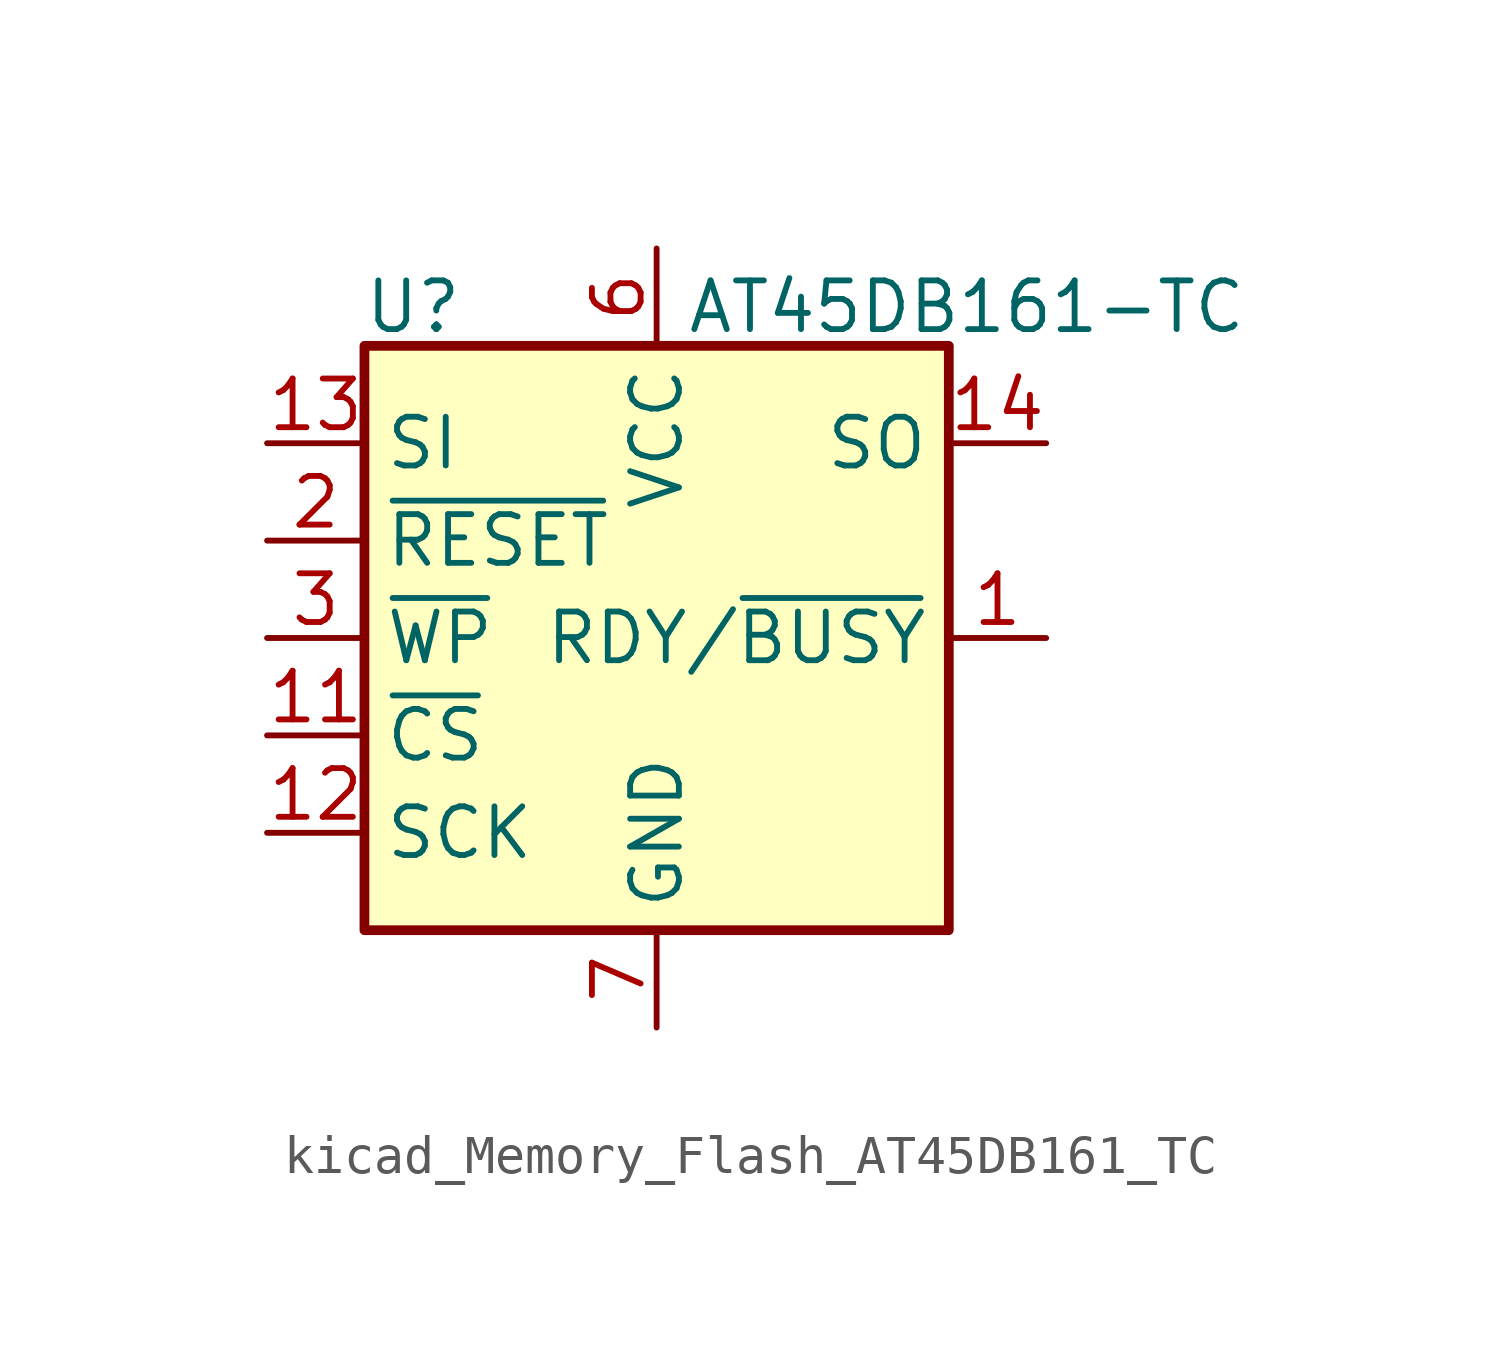
<source format=kicad_sym>
(kicad_symbol_lib
  (version 20220914)
  (generator kicad_symbol_editor)
  (symbol "kicad_Memory_Flash_AT45DB161_TC"
    (property "Reference" "U"
      (at -6.35 8.636 0)
      (effects (font (size 1.27 1.27))))
    (property "Value" "AT45DB161-TC"
      (at 0.762 8.636 0)
      (effects (font (size 1.27 1.27)) (justify left)))
    (symbol "kicad_Memory_Flash_AT45DB161_TC_0_1"
      (rectangle (start -7.62 7.62) (end 7.62 -7.62) (stroke (width 0.254) (type default)) (fill (type background))))
    (symbol "kicad_Memory_Flash_AT45DB161_TC_1_1"
      (pin output line (at 10.16 0 180) (length 2.54) (name "RDY/~{BUSY}" (effects (font (size 1.27 1.27)))) (number "1" (effects (font (size 1.27 1.27)))))
      (pin input line (at -10.16 -2.54 0) (length 2.54) (name "~{CS}" (effects (font (size 1.27 1.27)))) (number "11" (effects (font (size 1.27 1.27)))))
      (pin input line (at -10.16 -5.08 0) (length 2.54) (name "SCK" (effects (font (size 1.27 1.27)))) (number "12" (effects (font (size 1.27 1.27)))))
      (pin input line (at -10.16 5.08 0) (length 2.54) (name "SI" (effects (font (size 1.27 1.27)))) (number "13" (effects (font (size 1.27 1.27)))))
      (pin output line (at 10.16 5.08 180) (length 2.54) (name "SO" (effects (font (size 1.27 1.27)))) (number "14" (effects (font (size 1.27 1.27)))))
      (pin input line (at -10.16 2.54 0) (length 2.54) (name "~{RESET}" (effects (font (size 1.27 1.27)))) (number "2" (effects (font (size 1.27 1.27)))))
      (pin input line (at -10.16 0 0) (length 2.54) (name "~{WP}" (effects (font (size 1.27 1.27)))) (number "3" (effects (font (size 1.27 1.27)))))
      (pin power_in line (at 0 10.16 270) (length 2.54) (name "VCC" (effects (font (size 1.27 1.27)))) (number "6" (effects (font (size 1.27 1.27)))))
      (pin power_in line (at 0 -10.16 90) (length 2.54) (name "GND" (effects (font (size 1.27 1.27)))) (number "7" (effects (font (size 1.27 1.27))))))))
</source>
